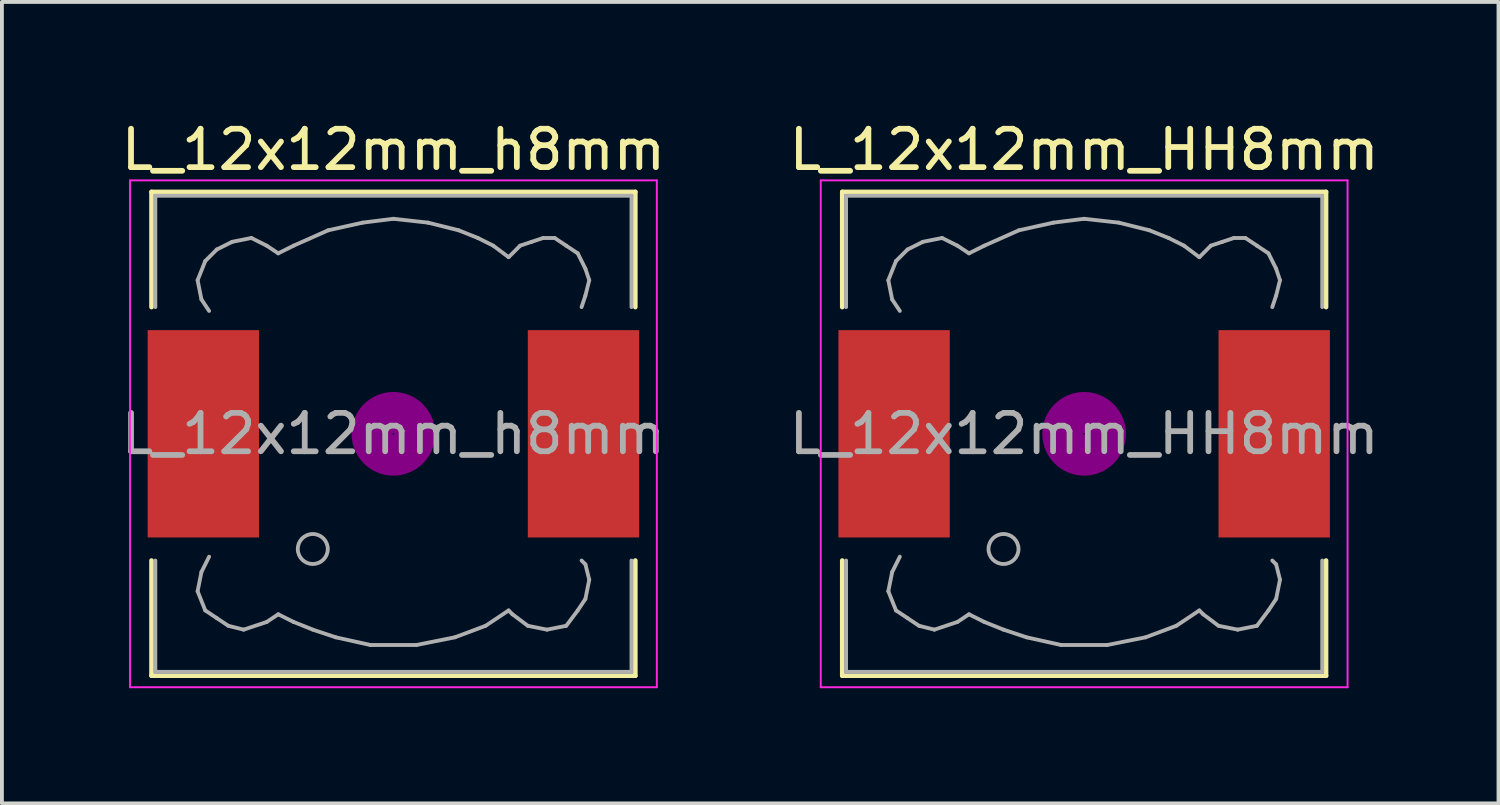
<source format=kicad_pcb>
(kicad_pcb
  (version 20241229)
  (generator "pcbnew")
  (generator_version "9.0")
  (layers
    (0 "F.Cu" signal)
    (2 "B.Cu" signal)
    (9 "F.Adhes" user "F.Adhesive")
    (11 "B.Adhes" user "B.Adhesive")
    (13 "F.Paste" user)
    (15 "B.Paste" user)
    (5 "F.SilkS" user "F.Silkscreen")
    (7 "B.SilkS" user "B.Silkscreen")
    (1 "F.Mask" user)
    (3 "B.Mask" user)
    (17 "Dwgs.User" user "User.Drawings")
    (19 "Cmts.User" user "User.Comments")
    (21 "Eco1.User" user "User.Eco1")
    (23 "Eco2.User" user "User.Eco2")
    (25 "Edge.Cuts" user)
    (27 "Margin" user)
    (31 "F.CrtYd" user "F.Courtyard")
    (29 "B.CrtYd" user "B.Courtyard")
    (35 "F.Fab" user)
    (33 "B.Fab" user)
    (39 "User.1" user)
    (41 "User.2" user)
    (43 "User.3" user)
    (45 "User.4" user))
  (footprint "L_12x12mm_h8mm"
    (layer "F.Cu")
    (at 7.196 8.248)
    (property "Reference" "L_12x12mm_h8mm" (at 0 -7.4 0) (layer "F.SilkS") (effects (font (size 1 1) (thickness 0.15))))
    (attr smd)
    (fp_line (start -6.3 -6.3) (end 6.3 -6.3) (stroke (width 0.12) (type solid)) (layer "F.SilkS"))
    (fp_line (start -6.3 -3.3) (end -6.3 -6.3) (stroke (width 0.12) (type solid)) (layer "F.SilkS"))
    (fp_line (start -6.3 6.3) (end -6.3 3.3) (stroke (width 0.12) (type solid)) (layer "F.SilkS"))
    (fp_line (start 6.3 -6.3) (end 6.3 -3.3) (stroke (width 0.12) (type solid)) (layer "F.SilkS"))
    (fp_line (start 6.3 3.3) (end 6.3 6.3) (stroke (width 0.12) (type solid)) (layer "F.SilkS"))
    (fp_line (start 6.3 6.3) (end -6.3 6.3) (stroke (width 0.12) (type solid)) (layer "F.SilkS"))
    (fp_circle (center 0 0) (end 0.15 0.15) (stroke (width 0.38) (type solid)) (fill no) (layer "F.Adhes"))
    (fp_circle (center 0 0) (end 0.55 0) (stroke (width 0.38) (type solid)) (fill no) (layer "F.Adhes"))
    (fp_circle (center 0 0) (end 0.9 0) (stroke (width 0.38) (type solid)) (fill no) (layer "F.Adhes"))
    (fp_line (start -6.86 -6.6) (end 6.86 -6.6) (stroke (width 0.05) (type solid)) (layer "F.CrtYd"))
    (fp_line (start -6.86 6.6) (end -6.86 -6.6) (stroke (width 0.05) (type solid)) (layer "F.CrtYd"))
    (fp_line (start 6.86 -6.6) (end 6.86 6.6) (stroke (width 0.05) (type solid)) (layer "F.CrtYd"))
    (fp_line (start 6.86 6.6) (end -6.86 6.6) (stroke (width 0.05) (type solid)) (layer "F.CrtYd"))
    (fp_line (start -6.2 -6.2) (end -6.2 -3.3) (stroke (width 0.1) (type solid)) (layer "F.Fab"))
    (fp_line (start -6.2 3.3) (end -6.2 6.2) (stroke (width 0.1) (type solid)) (layer "F.Fab"))
    (fp_line (start -6.2 6.2) (end 6.2 6.2) (stroke (width 0.1) (type solid)) (layer "F.Fab"))
    (fp_line (start -5.1 -4) (end -5 -3.5) (stroke (width 0.1) (type solid)) (layer "F.Fab"))
    (fp_line (start -5.1 4.1) (end -5 3.6) (stroke (width 0.1) (type solid)) (layer "F.Fab"))
    (fp_line (start -5 -3.5) (end -4.8 -3.2) (stroke (width 0.1) (type solid)) (layer "F.Fab"))
    (fp_line (start -5 3.6) (end -4.8 3.2) (stroke (width 0.1) (type solid)) (layer "F.Fab"))
    (fp_line (start -4.9 -4.5) (end -5.1 -4) (stroke (width 0.1) (type solid)) (layer "F.Fab"))
    (fp_line (start -4.9 4.6) (end -5.1 4.1) (stroke (width 0.1) (type solid)) (layer "F.Fab"))
    (fp_line (start -4.6 -4.8) (end -4.9 -4.5) (stroke (width 0.1) (type solid)) (layer "F.Fab"))
    (fp_line (start -4.6 4.8) (end -4.9 4.6) (stroke (width 0.1) (type solid)) (layer "F.Fab"))
    (fp_line (start -4.3 5) (end -4.6 4.8) (stroke (width 0.1) (type solid)) (layer "F.Fab"))
    (fp_line (start -4.2 -5) (end -4.6 -4.8) (stroke (width 0.1) (type solid)) (layer "F.Fab"))
    (fp_line (start -3.9 5.1) (end -4.3 5) (stroke (width 0.1) (type solid)) (layer "F.Fab"))
    (fp_line (start -3.7 -5.1) (end -4.2 -5) (stroke (width 0.1) (type solid)) (layer "F.Fab"))
    (fp_line (start -3.3 -4.9) (end -3.7 -5.1) (stroke (width 0.1) (type solid)) (layer "F.Fab"))
    (fp_line (start -3.3 4.9) (end -3.9 5.1) (stroke (width 0.1) (type solid)) (layer "F.Fab"))
    (fp_line (start -3 -4.7) (end -3.3 -4.9) (stroke (width 0.1) (type solid)) (layer "F.Fab"))
    (fp_line (start -3 4.7) (end -3.3 4.9) (stroke (width 0.1) (type solid)) (layer "F.Fab"))
    (fp_line (start -2.6 -4.9) (end -3 -4.7) (stroke (width 0.1) (type solid)) (layer "F.Fab"))
    (fp_line (start -2.6 4.9) (end -3 4.7) (stroke (width 0.1) (type solid)) (layer "F.Fab"))
    (fp_line (start -2.1 5.1) (end -2.6 4.9) (stroke (width 0.1) (type solid)) (layer "F.Fab"))
    (fp_line (start -1.7 -5.3) (end -2.6 -4.9) (stroke (width 0.1) (type solid)) (layer "F.Fab"))
    (fp_line (start -1.5 5.3) (end -2.1 5.1) (stroke (width 0.1) (type solid)) (layer "F.Fab"))
    (fp_line (start -0.8 -5.5) (end -1.7 -5.3) (stroke (width 0.1) (type solid)) (layer "F.Fab"))
    (fp_line (start -0.6 5.5) (end -1.5 5.3) (stroke (width 0.1) (type solid)) (layer "F.Fab"))
    (fp_line (start 0 -5.6) (end -0.8 -5.5) (stroke (width 0.1) (type solid)) (layer "F.Fab"))
    (fp_line (start 0.6 5.5) (end -0.6 5.5) (stroke (width 0.1) (type solid)) (layer "F.Fab"))
    (fp_line (start 0.9 -5.5) (end 0 -5.6) (stroke (width 0.1) (type solid)) (layer "F.Fab"))
    (fp_line (start 1.6 5.3) (end 0.6 5.5) (stroke (width 0.1) (type solid)) (layer "F.Fab"))
    (fp_line (start 1.7 -5.3) (end 0.9 -5.5) (stroke (width 0.1) (type solid)) (layer "F.Fab"))
    (fp_line (start 2.2 -5.1) (end 1.7 -5.3) (stroke (width 0.1) (type solid)) (layer "F.Fab"))
    (fp_line (start 2.4 5) (end 1.6 5.3) (stroke (width 0.1) (type solid)) (layer "F.Fab"))
    (fp_line (start 2.6 -4.9) (end 2.2 -5.1) (stroke (width 0.1) (type solid)) (layer "F.Fab"))
    (fp_line (start 3 -4.6) (end 2.6 -4.9) (stroke (width 0.1) (type solid)) (layer "F.Fab"))
    (fp_line (start 3 4.6) (end 2.4 5) (stroke (width 0.1) (type solid)) (layer "F.Fab"))
    (fp_line (start 3.1 4.7) (end 3 4.6) (stroke (width 0.1) (type solid)) (layer "F.Fab"))
    (fp_line (start 3.3 -4.9) (end 3 -4.6) (stroke (width 0.1) (type solid)) (layer "F.Fab"))
    (fp_line (start 3.5 5) (end 3.1 4.7) (stroke (width 0.1) (type solid)) (layer "F.Fab"))
    (fp_line (start 3.6 -5) (end 3.3 -4.9) (stroke (width 0.1) (type solid)) (layer "F.Fab"))
    (fp_line (start 3.9 -5.1) (end 3.6 -5) (stroke (width 0.1) (type solid)) (layer "F.Fab"))
    (fp_line (start 4 5.1) (end 3.5 5) (stroke (width 0.1) (type solid)) (layer "F.Fab"))
    (fp_line (start 4.2 -5.1) (end 3.9 -5.1) (stroke (width 0.1) (type solid)) (layer "F.Fab"))
    (fp_line (start 4.5 -4.9) (end 4.2 -5.1) (stroke (width 0.1) (type solid)) (layer "F.Fab"))
    (fp_line (start 4.5 5) (end 4 5.1) (stroke (width 0.1) (type solid)) (layer "F.Fab"))
    (fp_line (start 4.8 -4.7) (end 4.5 -4.9) (stroke (width 0.1) (type solid)) (layer "F.Fab"))
    (fp_line (start 4.8 4.6) (end 4.5 5) (stroke (width 0.1) (type solid)) (layer "F.Fab"))
    (fp_line (start 4.9 -3.3) (end 5 -3.6) (stroke (width 0.1) (type solid)) (layer "F.Fab"))
    (fp_line (start 4.9 3.3) (end 5 3.4) (stroke (width 0.1) (type solid)) (layer "F.Fab"))
    (fp_line (start 5 -4.3) (end 4.8 -4.7) (stroke (width 0.1) (type solid)) (layer "F.Fab"))
    (fp_line (start 5 -3.6) (end 5.1 -4) (stroke (width 0.1) (type solid)) (layer "F.Fab"))
    (fp_line (start 5 3.4) (end 5.1 3.8) (stroke (width 0.1) (type solid)) (layer "F.Fab"))
    (fp_line (start 5 4.3) (end 4.8 4.6) (stroke (width 0.1) (type solid)) (layer "F.Fab"))
    (fp_line (start 5.1 -4) (end 5 -4.3) (stroke (width 0.1) (type solid)) (layer "F.Fab"))
    (fp_line (start 5.1 3.8) (end 5 4.3) (stroke (width 0.1) (type solid)) (layer "F.Fab"))
    (fp_line (start 6.2 -6.2) (end -6.2 -6.2) (stroke (width 0.1) (type solid)) (layer "F.Fab"))
    (fp_line (start 6.2 -6.2) (end 6.2 -3.3) (stroke (width 0.1) (type solid)) (layer "F.Fab"))
    (fp_line (start 6.2 6.2) (end 6.2 3.3) (stroke (width 0.1) (type solid)) (layer "F.Fab"))
    (fp_circle (center -2.1 3) (end -1.8 3.25) (stroke (width 0.1) (type solid)) (fill no) (layer "F.Fab"))
    (fp_text user "${REFERENCE}" (at 0 0 0) (layer "F.Fab") (effects (font (size 1 1) (thickness 0.15))))
    (pad "1" smd rect (at -4.95 0) (size 2.9 5.4) (layers "F.Cu" "F.Mask" "F.Paste"))
    (pad "2" smd rect (at 4.95 0) (size 2.9 5.4) (layers "F.Cu" "F.Mask" "F.Paste")))
  (footprint "L_12x12mm_HH8mm"
    (layer "F.Cu")
    (at 25.185 8.248)
    (property "Reference" "L_12x12mm_HH8mm" (at 0 -7.4 0) (layer "F.SilkS") (effects (font (size 1 1) (thickness 0.15))))
    (attr smd)
    (fp_line (start -6.3 -6.3) (end 6.3 -6.3) (stroke (width 0.12) (type solid)) (layer "F.SilkS"))
    (fp_line (start -6.3 -3.3) (end -6.3 -6.3) (stroke (width 0.12) (type solid)) (layer "F.SilkS"))
    (fp_line (start -6.3 6.3) (end -6.3 3.3) (stroke (width 0.12) (type solid)) (layer "F.SilkS"))
    (fp_line (start 6.3 -6.3) (end 6.3 -3.3) (stroke (width 0.12) (type solid)) (layer "F.SilkS"))
    (fp_line (start 6.3 3.3) (end 6.3 6.3) (stroke (width 0.12) (type solid)) (layer "F.SilkS"))
    (fp_line (start 6.3 6.3) (end -6.3 6.3) (stroke (width 0.12) (type solid)) (layer "F.SilkS"))
    (fp_circle (center 0 0) (end 0.15 0.15) (stroke (width 0.38) (type solid)) (fill no) (layer "F.Adhes"))
    (fp_circle (center 0 0) (end 0.55 0) (stroke (width 0.38) (type solid)) (fill no) (layer "F.Adhes"))
    (fp_circle (center 0 0) (end 0.9 0) (stroke (width 0.38) (type solid)) (fill no) (layer "F.Adhes"))
    (fp_line (start -6.86 -6.6) (end 6.86 -6.6) (stroke (width 0.05) (type solid)) (layer "F.CrtYd"))
    (fp_line (start -6.86 6.6) (end -6.86 -6.6) (stroke (width 0.05) (type solid)) (layer "F.CrtYd"))
    (fp_line (start 6.86 -6.6) (end 6.86 6.6) (stroke (width 0.05) (type solid)) (layer "F.CrtYd"))
    (fp_line (start 6.86 6.6) (end -6.86 6.6) (stroke (width 0.05) (type solid)) (layer "F.CrtYd"))
    (fp_line (start -6.2 -6.2) (end -6.2 -3.3) (stroke (width 0.1) (type solid)) (layer "F.Fab"))
    (fp_line (start -6.2 3.3) (end -6.2 6.2) (stroke (width 0.1) (type solid)) (layer "F.Fab"))
    (fp_line (start -6.2 6.2) (end 6.2 6.2) (stroke (width 0.1) (type solid)) (layer "F.Fab"))
    (fp_line (start -5.1 -4) (end -5 -3.5) (stroke (width 0.1) (type solid)) (layer "F.Fab"))
    (fp_line (start -5.1 4.1) (end -5 3.6) (stroke (width 0.1) (type solid)) (layer "F.Fab"))
    (fp_line (start -5 -3.5) (end -4.8 -3.2) (stroke (width 0.1) (type solid)) (layer "F.Fab"))
    (fp_line (start -5 3.6) (end -4.8 3.2) (stroke (width 0.1) (type solid)) (layer "F.Fab"))
    (fp_line (start -4.9 -4.5) (end -5.1 -4) (stroke (width 0.1) (type solid)) (layer "F.Fab"))
    (fp_line (start -4.9 4.6) (end -5.1 4.1) (stroke (width 0.1) (type solid)) (layer "F.Fab"))
    (fp_line (start -4.6 -4.8) (end -4.9 -4.5) (stroke (width 0.1) (type solid)) (layer "F.Fab"))
    (fp_line (start -4.6 4.8) (end -4.9 4.6) (stroke (width 0.1) (type solid)) (layer "F.Fab"))
    (fp_line (start -4.3 5) (end -4.6 4.8) (stroke (width 0.1) (type solid)) (layer "F.Fab"))
    (fp_line (start -4.2 -5) (end -4.6 -4.8) (stroke (width 0.1) (type solid)) (layer "F.Fab"))
    (fp_line (start -3.9 5.1) (end -4.3 5) (stroke (width 0.1) (type solid)) (layer "F.Fab"))
    (fp_line (start -3.7 -5.1) (end -4.2 -5) (stroke (width 0.1) (type solid)) (layer "F.Fab"))
    (fp_line (start -3.3 -4.9) (end -3.7 -5.1) (stroke (width 0.1) (type solid)) (layer "F.Fab"))
    (fp_line (start -3.3 4.9) (end -3.9 5.1) (stroke (width 0.1) (type solid)) (layer "F.Fab"))
    (fp_line (start -3 -4.7) (end -3.3 -4.9) (stroke (width 0.1) (type solid)) (layer "F.Fab"))
    (fp_line (start -3 4.7) (end -3.3 4.9) (stroke (width 0.1) (type solid)) (layer "F.Fab"))
    (fp_line (start -2.6 -4.9) (end -3 -4.7) (stroke (width 0.1) (type solid)) (layer "F.Fab"))
    (fp_line (start -2.6 4.9) (end -3 4.7) (stroke (width 0.1) (type solid)) (layer "F.Fab"))
    (fp_line (start -2.1 5.1) (end -2.6 4.9) (stroke (width 0.1) (type solid)) (layer "F.Fab"))
    (fp_line (start -1.7 -5.3) (end -2.6 -4.9) (stroke (width 0.1) (type solid)) (layer "F.Fab"))
    (fp_line (start -1.5 5.3) (end -2.1 5.1) (stroke (width 0.1) (type solid)) (layer "F.Fab"))
    (fp_line (start -0.8 -5.5) (end -1.7 -5.3) (stroke (width 0.1) (type solid)) (layer "F.Fab"))
    (fp_line (start -0.6 5.5) (end -1.5 5.3) (stroke (width 0.1) (type solid)) (layer "F.Fab"))
    (fp_line (start 0 -5.6) (end -0.8 -5.5) (stroke (width 0.1) (type solid)) (layer "F.Fab"))
    (fp_line (start 0.6 5.5) (end -0.6 5.5) (stroke (width 0.1) (type solid)) (layer "F.Fab"))
    (fp_line (start 0.9 -5.5) (end 0 -5.6) (stroke (width 0.1) (type solid)) (layer "F.Fab"))
    (fp_line (start 1.6 5.3) (end 0.6 5.5) (stroke (width 0.1) (type solid)) (layer "F.Fab"))
    (fp_line (start 1.7 -5.3) (end 0.9 -5.5) (stroke (width 0.1) (type solid)) (layer "F.Fab"))
    (fp_line (start 2.2 -5.1) (end 1.7 -5.3) (stroke (width 0.1) (type solid)) (layer "F.Fab"))
    (fp_line (start 2.4 5) (end 1.6 5.3) (stroke (width 0.1) (type solid)) (layer "F.Fab"))
    (fp_line (start 2.6 -4.9) (end 2.2 -5.1) (stroke (width 0.1) (type solid)) (layer "F.Fab"))
    (fp_line (start 3 -4.6) (end 2.6 -4.9) (stroke (width 0.1) (type solid)) (layer "F.Fab"))
    (fp_line (start 3 4.6) (end 2.4 5) (stroke (width 0.1) (type solid)) (layer "F.Fab"))
    (fp_line (start 3.1 4.7) (end 3 4.6) (stroke (width 0.1) (type solid)) (layer "F.Fab"))
    (fp_line (start 3.3 -4.9) (end 3 -4.6) (stroke (width 0.1) (type solid)) (layer "F.Fab"))
    (fp_line (start 3.5 5) (end 3.1 4.7) (stroke (width 0.1) (type solid)) (layer "F.Fab"))
    (fp_line (start 3.6 -5) (end 3.3 -4.9) (stroke (width 0.1) (type solid)) (layer "F.Fab"))
    (fp_line (start 3.9 -5.1) (end 3.6 -5) (stroke (width 0.1) (type solid)) (layer "F.Fab"))
    (fp_line (start 4 5.1) (end 3.5 5) (stroke (width 0.1) (type solid)) (layer "F.Fab"))
    (fp_line (start 4.2 -5.1) (end 3.9 -5.1) (stroke (width 0.1) (type solid)) (layer "F.Fab"))
    (fp_line (start 4.5 -4.9) (end 4.2 -5.1) (stroke (width 0.1) (type solid)) (layer "F.Fab"))
    (fp_line (start 4.5 5) (end 4 5.1) (stroke (width 0.1) (type solid)) (layer "F.Fab"))
    (fp_line (start 4.8 -4.7) (end 4.5 -4.9) (stroke (width 0.1) (type solid)) (layer "F.Fab"))
    (fp_line (start 4.8 4.6) (end 4.5 5) (stroke (width 0.1) (type solid)) (layer "F.Fab"))
    (fp_line (start 4.9 -3.3) (end 5 -3.6) (stroke (width 0.1) (type solid)) (layer "F.Fab"))
    (fp_line (start 4.9 3.3) (end 5 3.4) (stroke (width 0.1) (type solid)) (layer "F.Fab"))
    (fp_line (start 5 -4.3) (end 4.8 -4.7) (stroke (width 0.1) (type solid)) (layer "F.Fab"))
    (fp_line (start 5 -3.6) (end 5.1 -4) (stroke (width 0.1) (type solid)) (layer "F.Fab"))
    (fp_line (start 5 3.4) (end 5.1 3.8) (stroke (width 0.1) (type solid)) (layer "F.Fab"))
    (fp_line (start 5 4.3) (end 4.8 4.6) (stroke (width 0.1) (type solid)) (layer "F.Fab"))
    (fp_line (start 5.1 -4) (end 5 -4.3) (stroke (width 0.1) (type solid)) (layer "F.Fab"))
    (fp_line (start 5.1 3.8) (end 5 4.3) (stroke (width 0.1) (type solid)) (layer "F.Fab"))
    (fp_line (start 6.2 -6.2) (end -6.2 -6.2) (stroke (width 0.1) (type solid)) (layer "F.Fab"))
    (fp_line (start 6.2 -6.2) (end 6.2 -3.3) (stroke (width 0.1) (type solid)) (layer "F.Fab"))
    (fp_line (start 6.2 6.2) (end 6.2 3.3) (stroke (width 0.1) (type solid)) (layer "F.Fab"))
    (fp_circle (center -2.1 3) (end -1.8 3.25) (stroke (width 0.1) (type solid)) (fill no) (layer "F.Fab"))
    (fp_text user "${REFERENCE}" (at 0 0 0) (layer "F.Fab") (effects (font (size 1 1) (thickness 0.15))))
    (pad "1" smd rect (at -4.95 0) (size 2.9 5.4) (layers "F.Cu" "F.Mask" "F.Paste"))
    (pad "2" smd rect (at 4.95 0) (size 2.9 5.4) (layers "F.Cu" "F.Mask" "F.Paste")))
  (gr_rect
    (start -3 -3)
    (end 35.976 17.873)
    (stroke (width 0.1) (type default))
    (fill no)
    (layer "Edge.Cuts")))
</source>
